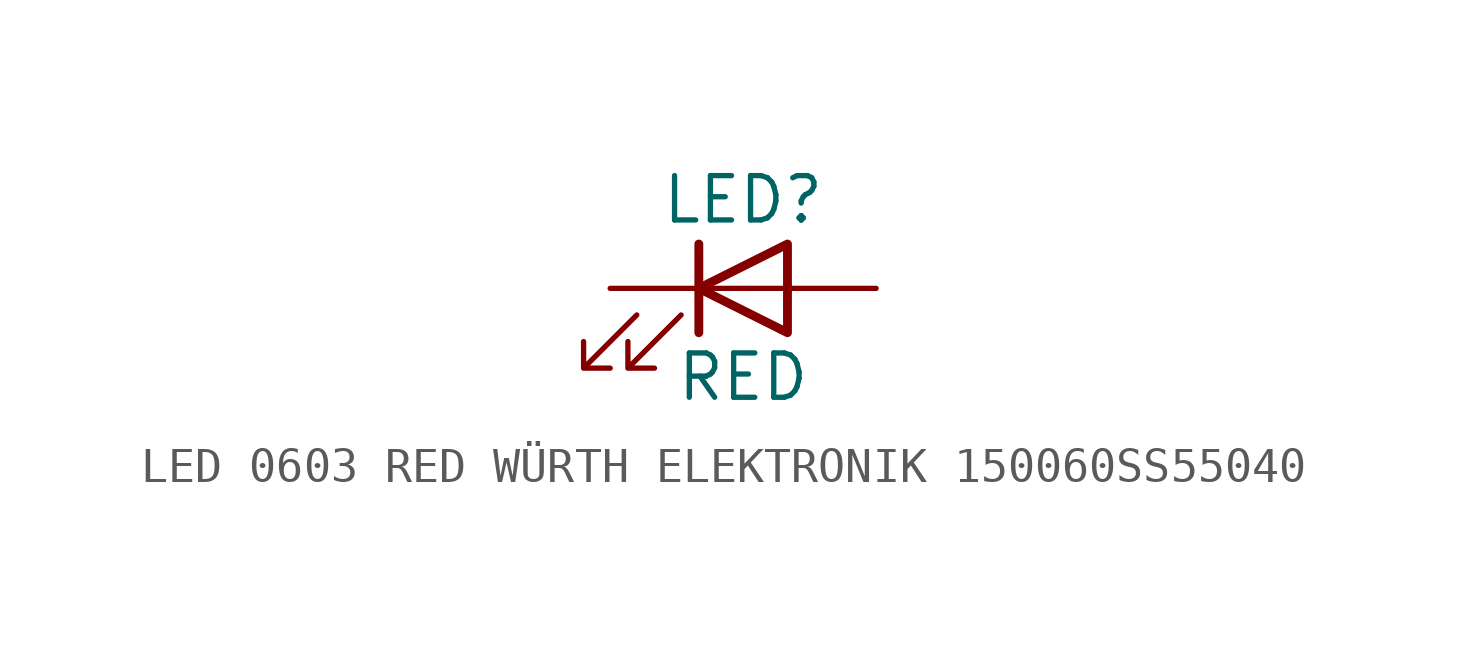
<source format=kicad_sym>
(kicad_symbol_lib
  (version 20231120)
  (generator "kicad_symbol_editor")
  (generator_version "8.0")
  (symbol "LED 0603 RED WÜRTH ELEKTRONIK 150060SS55040 "
    (pin_numbers hide)
    (pin_names
      (offset 1.016) hide)
    (property "Reference" "LED"
      (at 0 2.54 0)
      (effects (font (size 1.27 1.27))))
    (property "Value" "RED"
      (at 0 -2.54 0)
      (effects (font (size 1.27 1.27))))
    (symbol "LED 0603 RED WÜRTH ELEKTRONIK 150060SS55040 _0_1"
      (polyline (pts (xy -1.27 -1.27) (xy -1.27 1.27)) (stroke (width 0.254) (type default)) (fill (type none)))
      (polyline (pts (xy -1.27 0) (xy 1.27 0)) (stroke (width 0) (type default)) (fill (type none)))
      (polyline (pts (xy 1.27 -1.27) (xy 1.27 1.27) (xy -1.27 0) (xy 1.27 -1.27)) (stroke (width 0.254) (type default)) (fill (type none)))
      (polyline (pts (xy -3.048 -0.762) (xy -4.572 -2.286) (xy -3.81 -2.286) (xy -4.572 -2.286) (xy -4.572 -1.524)) (stroke (width 0) (type default)) (fill (type none)))
      (polyline (pts (xy -1.778 -0.762) (xy -3.302 -2.286) (xy -2.54 -2.286) (xy -3.302 -2.286) (xy -3.302 -1.524)) (stroke (width 0) (type default)) (fill (type none))))
    (symbol "LED 0603 RED WÜRTH ELEKTRONIK 150060SS55040 _1_1"
      (pin passive line (at -3.81 0 0) (length 2.54) (name "K" (effects (font (size 1.27 1.27)))) (number "1" (effects (font (size 1.27 1.27)))))
      (pin passive line (at 3.81 0 180) (length 2.54) (name "A" (effects (font (size 1.27 1.27)))) (number "2" (effects (font (size 1.27 1.27))))))))
</source>
